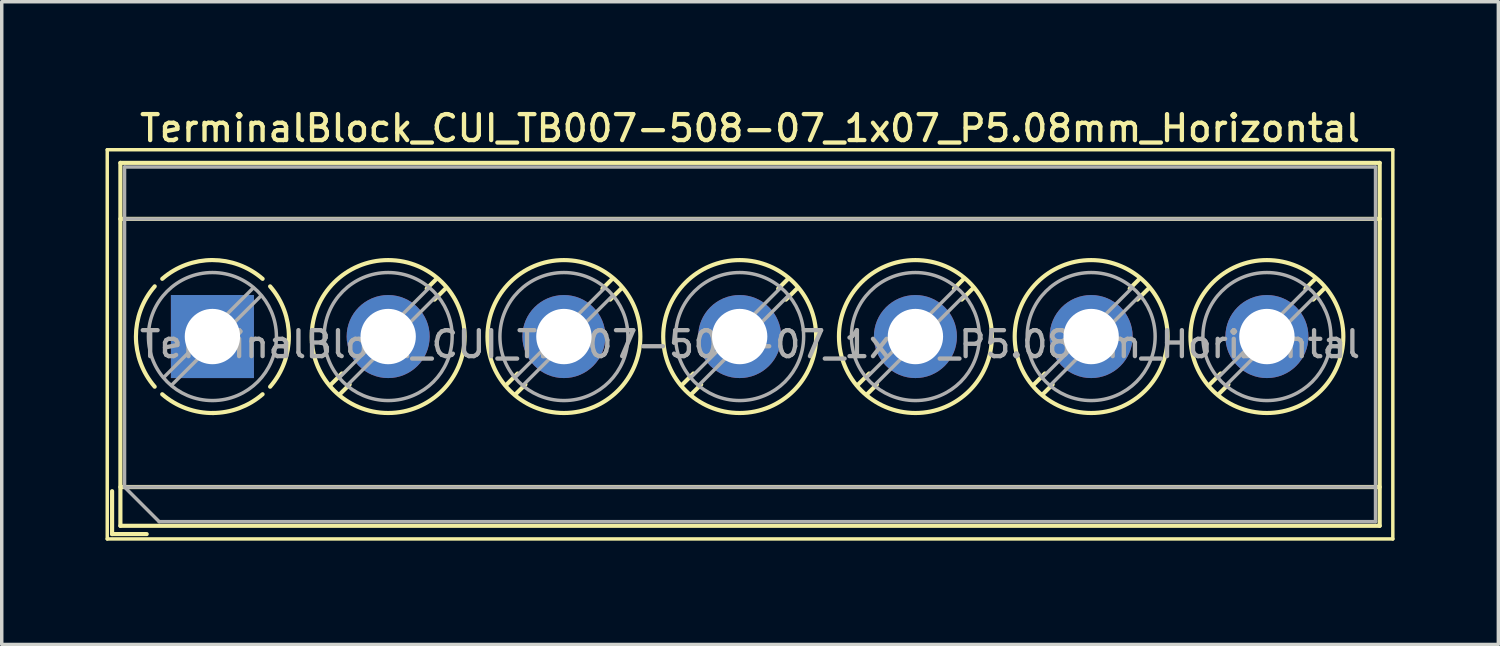
<source format=kicad_pcb>
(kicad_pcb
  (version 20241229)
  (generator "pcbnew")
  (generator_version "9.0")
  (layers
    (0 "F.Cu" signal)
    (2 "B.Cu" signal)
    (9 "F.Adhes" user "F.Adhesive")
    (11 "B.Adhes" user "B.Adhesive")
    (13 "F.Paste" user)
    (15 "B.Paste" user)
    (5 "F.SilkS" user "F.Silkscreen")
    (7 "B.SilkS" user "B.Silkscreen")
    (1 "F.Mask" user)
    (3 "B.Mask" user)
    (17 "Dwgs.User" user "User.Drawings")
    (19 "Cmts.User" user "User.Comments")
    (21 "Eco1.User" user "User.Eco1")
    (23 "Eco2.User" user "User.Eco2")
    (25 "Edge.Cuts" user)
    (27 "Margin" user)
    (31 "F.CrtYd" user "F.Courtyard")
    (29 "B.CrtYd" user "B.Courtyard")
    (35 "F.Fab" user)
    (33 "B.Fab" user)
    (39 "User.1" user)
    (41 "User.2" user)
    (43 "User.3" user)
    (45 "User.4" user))
  (footprint "TerminalBlock_CUI_TB007-508-07_1x07_P5.08mm_Horizontal"
    (layer "F.Cu")
    (at 3.09 6.678)
    (property "Reference" "TerminalBlock_CUI_TB007-508-07_1x07_P5.08mm_Horizontal" (at 15.54 -6.02 0) (layer "F.SilkS") (effects (font (size 0.75 0.75) (thickness 0.125))))
    (attr through_hole)
    (fp_line (start -3.04 -5.4) (end -3.04 5.85) (stroke (width 0.1) (type solid)) (layer "F.SilkS"))
    (fp_line (start -3.04 5.85) (end 34.12 5.85) (stroke (width 0.1) (type solid)) (layer "F.SilkS"))
    (fp_line (start -2.9 4.47) (end -2.9 5.71) (stroke (width 0.12) (type solid)) (layer "F.SilkS"))
    (fp_line (start -2.9 5.71) (end -1.9 5.71) (stroke (width 0.12) (type solid)) (layer "F.SilkS"))
    (fp_line (start -2.66 -5.02) (end -2.66 5.47) (stroke (width 0.12) (type solid)) (layer "F.SilkS"))
    (fp_line (start -2.66 -5.02) (end 33.74 -5.02) (stroke (width 0.12) (type solid)) (layer "F.SilkS"))
    (fp_line (start -2.66 -3.401) (end 33.74 -3.401) (stroke (width 0.12) (type solid)) (layer "F.SilkS"))
    (fp_line (start -2.66 4.35) (end 33.74 4.35) (stroke (width 0.12) (type solid)) (layer "F.SilkS"))
    (fp_line (start -2.66 5.47) (end 33.74 5.47) (stroke (width 0.12) (type solid)) (layer "F.SilkS"))
    (fp_line (start 3.743 1.068) (end 3.404 1.407) (stroke (width 0.12) (type solid)) (layer "F.SilkS"))
    (fp_line (start 3.967 1.384) (end 3.674 1.676) (stroke (width 0.12) (type solid)) (layer "F.SilkS"))
    (fp_line (start 6.487 -1.676) (end 6.194 -1.384) (stroke (width 0.12) (type solid)) (layer "F.SilkS"))
    (fp_line (start 6.757 -1.407) (end 6.418 -1.068) (stroke (width 0.12) (type solid)) (layer "F.SilkS"))
    (fp_line (start 8.823 1.068) (end 8.484 1.407) (stroke (width 0.12) (type solid)) (layer "F.SilkS"))
    (fp_line (start 9.047 1.384) (end 8.754 1.676) (stroke (width 0.12) (type solid)) (layer "F.SilkS"))
    (fp_line (start 11.567 -1.676) (end 11.274 -1.384) (stroke (width 0.12) (type solid)) (layer "F.SilkS"))
    (fp_line (start 11.837 -1.407) (end 11.498 -1.068) (stroke (width 0.12) (type solid)) (layer "F.SilkS"))
    (fp_line (start 13.903 1.068) (end 13.564 1.407) (stroke (width 0.12) (type solid)) (layer "F.SilkS"))
    (fp_line (start 14.127 1.384) (end 13.834 1.676) (stroke (width 0.12) (type solid)) (layer "F.SilkS"))
    (fp_line (start 16.647 -1.676) (end 16.354 -1.384) (stroke (width 0.12) (type solid)) (layer "F.SilkS"))
    (fp_line (start 16.917 -1.407) (end 16.578 -1.068) (stroke (width 0.12) (type solid)) (layer "F.SilkS"))
    (fp_line (start 18.983 1.068) (end 18.644 1.407) (stroke (width 0.12) (type solid)) (layer "F.SilkS"))
    (fp_line (start 19.207 1.384) (end 18.914 1.676) (stroke (width 0.12) (type solid)) (layer "F.SilkS"))
    (fp_line (start 21.727 -1.676) (end 21.434 -1.384) (stroke (width 0.12) (type solid)) (layer "F.SilkS"))
    (fp_line (start 21.997 -1.407) (end 21.658 -1.068) (stroke (width 0.12) (type solid)) (layer "F.SilkS"))
    (fp_line (start 24.063 1.068) (end 23.724 1.407) (stroke (width 0.12) (type solid)) (layer "F.SilkS"))
    (fp_line (start 24.287 1.384) (end 23.994 1.676) (stroke (width 0.12) (type solid)) (layer "F.SilkS"))
    (fp_line (start 26.807 -1.676) (end 26.514 -1.384) (stroke (width 0.12) (type solid)) (layer "F.SilkS"))
    (fp_line (start 27.077 -1.407) (end 26.738 -1.068) (stroke (width 0.12) (type solid)) (layer "F.SilkS"))
    (fp_line (start 29.143 1.068) (end 28.804 1.407) (stroke (width 0.12) (type solid)) (layer "F.SilkS"))
    (fp_line (start 29.367 1.384) (end 29.074 1.676) (stroke (width 0.12) (type solid)) (layer "F.SilkS"))
    (fp_line (start 31.887 -1.676) (end 31.594 -1.384) (stroke (width 0.12) (type solid)) (layer "F.SilkS"))
    (fp_line (start 32.157 -1.407) (end 31.818 -1.068) (stroke (width 0.12) (type solid)) (layer "F.SilkS"))
    (fp_line (start 33.74 -5.02) (end 33.74 5.47) (stroke (width 0.12) (type solid)) (layer "F.SilkS"))
    (fp_line (start 34.12 -5.4) (end -3.04 -5.4) (stroke (width 0.1) (type solid)) (layer "F.SilkS"))
    (fp_line (start 34.12 5.85) (end 34.12 -5.4) (stroke (width 0.1) (type solid)) (layer "F.SilkS"))
    (fp_arc (start -1.66902 1.449827) (mid -2.210797 -0.000777) (end -1.668 -1.451) (stroke (width 0.12) (type solid)) (layer "F.SilkS"))
    (fp_arc (start -1.449827 -1.66902) (mid 0.000777 -2.210797) (end 1.451 -1.668) (stroke (width 0.12) (type solid)) (layer "F.SilkS"))
    (fp_arc (start 0.037807 2.210474) (mid -0.756867 2.077204) (end -1.451 1.668) (stroke (width 0.12) (type solid)) (layer "F.SilkS"))
    (fp_arc (start 1.44989 1.667908) (mid 0.773958 2.070046) (end 0 2.21) (stroke (width 0.12) (type solid)) (layer "F.SilkS"))
    (fp_arc (start 1.668029 -1.449966) (mid 2.210141 0.000022) (end 1.668 1.45) (stroke (width 0.12) (type solid)) (layer "F.SilkS"))
    (fp_circle (center 5.08 0) (end 7.29 0) (stroke (width 0.12) (type solid)) (fill no) (layer "F.SilkS"))
    (fp_circle (center 10.16 0) (end 12.37 0) (stroke (width 0.12) (type solid)) (fill no) (layer "F.SilkS"))
    (fp_circle (center 15.24 0) (end 17.45 0) (stroke (width 0.12) (type solid)) (fill no) (layer "F.SilkS"))
    (fp_circle (center 20.32 0) (end 22.53 0) (stroke (width 0.12) (type solid)) (fill no) (layer "F.SilkS"))
    (fp_circle (center 25.4 0) (end 27.61 0) (stroke (width 0.12) (type solid)) (fill no) (layer "F.SilkS"))
    (fp_circle (center 30.48 0) (end 32.69 0) (stroke (width 0.12) (type solid)) (fill no) (layer "F.SilkS"))
    (fp_line (start -2.54 -4.9) (end 33.62 -4.9) (stroke (width 0.1) (type solid)) (layer "F.Fab"))
    (fp_line (start -2.54 -3.4) (end 33.62 -3.4) (stroke (width 0.1) (type solid)) (layer "F.Fab"))
    (fp_line (start -2.54 4.35) (end -2.54 -4.9) (stroke (width 0.1) (type solid)) (layer "F.Fab"))
    (fp_line (start -2.54 4.35) (end 33.62 4.35) (stroke (width 0.1) (type solid)) (layer "F.Fab"))
    (fp_line (start -1.54 5.35) (end -2.54 4.35) (stroke (width 0.1) (type solid)) (layer "F.Fab"))
    (fp_line (start 1.178 -1.403) (end -1.404 1.178) (stroke (width 0.1) (type solid)) (layer "F.Fab"))
    (fp_line (start 1.404 -1.178) (end -1.178 1.403) (stroke (width 0.1) (type solid)) (layer "F.Fab"))
    (fp_line (start 6.258 -1.403) (end 3.677 1.178) (stroke (width 0.1) (type solid)) (layer "F.Fab"))
    (fp_line (start 6.484 -1.178) (end 3.903 1.403) (stroke (width 0.1) (type solid)) (layer "F.Fab"))
    (fp_line (start 11.338 -1.403) (end 8.757 1.178) (stroke (width 0.1) (type solid)) (layer "F.Fab"))
    (fp_line (start 11.564 -1.178) (end 8.983 1.403) (stroke (width 0.1) (type solid)) (layer "F.Fab"))
    (fp_line (start 16.418 -1.403) (end 13.837 1.178) (stroke (width 0.1) (type solid)) (layer "F.Fab"))
    (fp_line (start 16.644 -1.178) (end 14.063 1.403) (stroke (width 0.1) (type solid)) (layer "F.Fab"))
    (fp_line (start 21.498 -1.403) (end 18.917 1.178) (stroke (width 0.1) (type solid)) (layer "F.Fab"))
    (fp_line (start 21.724 -1.178) (end 19.143 1.403) (stroke (width 0.1) (type solid)) (layer "F.Fab"))
    (fp_line (start 26.578 -1.403) (end 23.997 1.178) (stroke (width 0.1) (type solid)) (layer "F.Fab"))
    (fp_line (start 26.804 -1.178) (end 24.223 1.403) (stroke (width 0.1) (type solid)) (layer "F.Fab"))
    (fp_line (start 31.658 -1.403) (end 29.077 1.178) (stroke (width 0.1) (type solid)) (layer "F.Fab"))
    (fp_line (start 31.884 -1.178) (end 29.303 1.403) (stroke (width 0.1) (type solid)) (layer "F.Fab"))
    (fp_line (start 33.62 -4.9) (end 33.62 5.35) (stroke (width 0.1) (type solid)) (layer "F.Fab"))
    (fp_line (start 33.62 5.35) (end -1.54 5.35) (stroke (width 0.1) (type solid)) (layer "F.Fab"))
    (fp_circle (center 0 0) (end 1.85 0) (stroke (width 0.1) (type solid)) (fill no) (layer "F.Fab"))
    (fp_circle (center 5.08 0) (end 6.93 0) (stroke (width 0.1) (type solid)) (fill no) (layer "F.Fab"))
    (fp_circle (center 10.16 0) (end 12.01 0) (stroke (width 0.1) (type solid)) (fill no) (layer "F.Fab"))
    (fp_circle (center 15.24 0) (end 17.09 0) (stroke (width 0.1) (type solid)) (fill no) (layer "F.Fab"))
    (fp_circle (center 20.32 0) (end 22.17 0) (stroke (width 0.1) (type solid)) (fill no) (layer "F.Fab"))
    (fp_circle (center 25.4 0) (end 27.25 0) (stroke (width 0.1) (type solid)) (fill no) (layer "F.Fab"))
    (fp_circle (center 30.48 0) (end 32.33 0) (stroke (width 0.1) (type solid)) (fill no) (layer "F.Fab"))
    (fp_text user "${REFERENCE}" (at 15.54 0.225 0) (layer "F.Fab") (effects (font (size 0.75 0.75) (thickness 0.125))))
    (pad "1" thru_hole rect (at 0 0) (size 2.4 2.4) (drill 1.6) (layers "*.Cu" "*.Mask"))
    (pad "2" thru_hole circle (at 5.08 0) (size 2.4 2.4) (drill 1.6) (layers "*.Cu" "*.Mask"))
    (pad "3" thru_hole circle (at 10.16 0) (size 2.4 2.4) (drill 1.6) (layers "*.Cu" "*.Mask"))
    (pad "4" thru_hole circle (at 15.24 0) (size 2.4 2.4) (drill 1.6) (layers "*.Cu" "*.Mask"))
    (pad "5" thru_hole circle (at 20.32 0) (size 2.4 2.4) (drill 1.6) (layers "*.Cu" "*.Mask"))
    (pad "6" thru_hole circle (at 25.4 0) (size 2.4 2.4) (drill 1.6) (layers "*.Cu" "*.Mask"))
    (pad "7" thru_hole circle (at 30.48 0) (size 2.4 2.4) (drill 1.6) (layers "*.Cu" "*.Mask")))
  (gr_rect
    (start -3 -3)
    (end 40.26 15.578)
    (stroke (width 0.1) (type default))
    (fill no)
    (layer "Edge.Cuts")))
</source>
